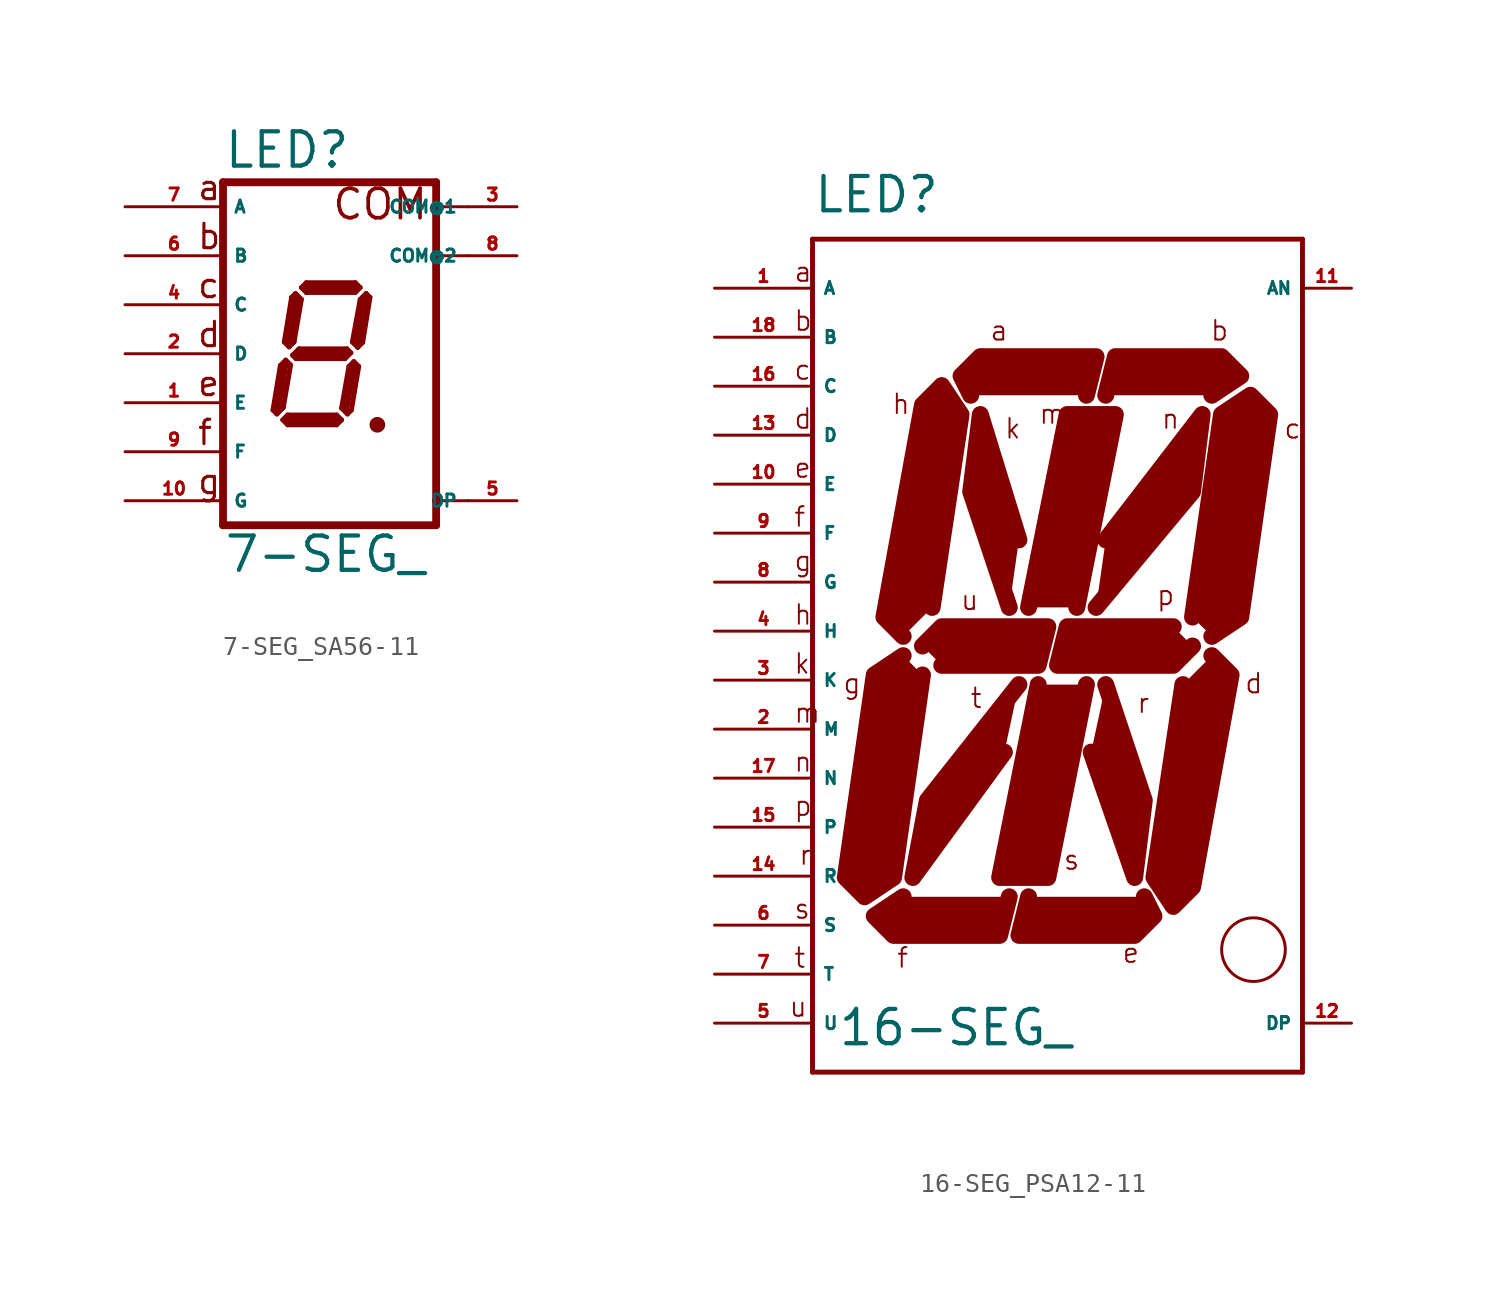
<source format=kicad_sym>
(kicad_symbol_lib
  (version 20220914)
  (generator Eagle2Kicad)
  (symbol "7-SEG_SA56-11"
    (property "Reference" "LED"
      (at -5.08 9.525 0)
      (effects (font (size 1.778 1.778) (thickness 0.22)) (justify left bottom)))
    (property "Value" "7-SEG_"
      (at -5.08 -11.43 0)
      (effects (font (size 1.778 1.778) (thickness 0.22)) (justify left bottom)))
    (polyline
      (pts (xy 2.794 -3.683) (xy 3.048 -3.683))
      (stroke (width 0.305) (type default))
      (fill (type none)))
    (polyline
      (pts (xy 2.337 3.124) (xy 2.032 2.819))
      (stroke (width 0.254) (type default))
      (fill (type none)))
    (polyline
      (pts (xy 2.032 2.819) (xy 1.626 0.61))
      (stroke (width 0.254) (type default))
      (fill (type none)))
    (polyline
      (pts (xy 1.626 0.61) (xy 1.905 0.33))
      (stroke (width 0.254) (type default))
      (fill (type none)))
    (polyline
      (pts (xy 1.905 0.33) (xy 2.159 0.584))
      (stroke (width 0.254) (type default))
      (fill (type none)))
    (polyline
      (pts (xy 2.159 0.584) (xy 2.54 2.921))
      (stroke (width 0.254) (type default))
      (fill (type none)))
    (polyline
      (pts (xy 2.54 2.921) (xy 2.337 3.124))
      (stroke (width 0.254) (type default))
      (fill (type none)))
    (polyline
      (pts (xy 2.032 3.429) (xy 1.778 3.175))
      (stroke (width 0.254) (type default))
      (fill (type none)))
    (polyline
      (pts (xy 1.778 3.175) (xy -0.762 3.175))
      (stroke (width 0.254) (type default))
      (fill (type none)))
    (polyline
      (pts (xy -0.762 3.175) (xy -1.016 3.429))
      (stroke (width 0.254) (type default))
      (fill (type none)))
    (polyline
      (pts (xy -1.016 3.429) (xy -0.762 3.683))
      (stroke (width 0.254) (type default))
      (fill (type none)))
    (polyline
      (pts (xy -0.762 3.683) (xy 1.778 3.683))
      (stroke (width 0.254) (type default))
      (fill (type none)))
    (polyline
      (pts (xy 1.778 3.683) (xy 2.032 3.429))
      (stroke (width 0.254) (type default))
      (fill (type none)))
    (polyline
      (pts (xy -1.321 3.124) (xy -1.016 2.819))
      (stroke (width 0.254) (type default))
      (fill (type none)))
    (polyline
      (pts (xy -1.016 2.819) (xy -1.397 0.61))
      (stroke (width 0.254) (type default))
      (fill (type none)))
    (polyline
      (pts (xy -1.397 0.61) (xy -1.651 0.356))
      (stroke (width 0.254) (type default))
      (fill (type none)))
    (polyline
      (pts (xy -1.651 0.356) (xy -1.905 0.61))
      (stroke (width 0.254) (type default))
      (fill (type none)))
    (polyline
      (pts (xy -1.905 0.61) (xy -1.524 2.921))
      (stroke (width 0.254) (type default))
      (fill (type none)))
    (polyline
      (pts (xy -1.524 2.921) (xy -1.321 3.124))
      (stroke (width 0.254) (type default))
      (fill (type none)))
    (polyline
      (pts (xy -1.473 -0.076) (xy -1.143 0.254))
      (stroke (width 0.254) (type default))
      (fill (type none)))
    (polyline
      (pts (xy -1.143 0.254) (xy 1.346 0.254))
      (stroke (width 0.254) (type default))
      (fill (type none)))
    (polyline
      (pts (xy 1.346 0.254) (xy 1.549 0.051))
      (stroke (width 0.254) (type default))
      (fill (type none)))
    (polyline
      (pts (xy 1.549 0.051) (xy 1.245 -0.254))
      (stroke (width 0.254) (type default))
      (fill (type none)))
    (polyline
      (pts (xy 1.245 -0.254) (xy -1.295 -0.254))
      (stroke (width 0.254) (type default))
      (fill (type none)))
    (polyline
      (pts (xy -1.295 -0.254) (xy -1.473 -0.076))
      (stroke (width 0.254) (type default))
      (fill (type none)))
    (polyline
      (pts (xy -1.829 -0.33) (xy -1.575 -0.584))
      (stroke (width 0.254) (type default))
      (fill (type none)))
    (polyline
      (pts (xy -2.286 -3.124) (xy -1.956 -2.794))
      (stroke (width 0.254) (type default))
      (fill (type none)))
    (polyline
      (pts (xy -1.956 -2.794) (xy -1.575 -0.584))
      (stroke (width 0.254) (type default))
      (fill (type none)))
    (polyline
      (pts (xy -1.829 -0.33) (xy -2.108 -0.61))
      (stroke (width 0.254) (type default))
      (fill (type none)))
    (polyline
      (pts (xy -2.108 -0.61) (xy -2.489 -2.921))
      (stroke (width 0.254) (type default))
      (fill (type none)))
    (polyline
      (pts (xy -2.489 -2.921) (xy -2.286 -3.124))
      (stroke (width 0.254) (type default))
      (fill (type none)))
    (polyline
      (pts (xy -1.981 -3.429) (xy -1.727 -3.175))
      (stroke (width 0.254) (type default))
      (fill (type none)))
    (polyline
      (pts (xy -1.727 -3.175) (xy 0.813 -3.175))
      (stroke (width 0.254) (type default))
      (fill (type none)))
    (polyline
      (pts (xy 0.813 -3.175) (xy 1.067 -3.429))
      (stroke (width 0.254) (type default))
      (fill (type none)))
    (polyline
      (pts (xy 1.067 -3.429) (xy 0.813 -3.683))
      (stroke (width 0.254) (type default))
      (fill (type none)))
    (polyline
      (pts (xy 0.813 -3.683) (xy -1.727 -3.683))
      (stroke (width 0.254) (type default))
      (fill (type none)))
    (polyline
      (pts (xy -1.727 -3.683) (xy -1.981 -3.429))
      (stroke (width 0.254) (type default))
      (fill (type none)))
    (polyline
      (pts (xy 1.702 -0.406) (xy 1.448 -0.66))
      (stroke (width 0.254) (type default))
      (fill (type none)))
    (polyline
      (pts (xy 1.448 -0.66) (xy 1.067 -2.819))
      (stroke (width 0.254) (type default))
      (fill (type none)))
    (polyline
      (pts (xy 1.067 -2.819) (xy 1.372 -3.124))
      (stroke (width 0.254) (type default))
      (fill (type none)))
    (polyline
      (pts (xy 1.372 -3.124) (xy 1.575 -2.921))
      (stroke (width 0.254) (type default))
      (fill (type none)))
    (polyline
      (pts (xy 1.575 -2.921) (xy 1.956 -0.66))
      (stroke (width 0.254) (type default))
      (fill (type none)))
    (polyline
      (pts (xy 1.956 -0.66) (xy 1.702 -0.406))
      (stroke (width 0.254) (type default))
      (fill (type none)))
    (polyline
      (pts (xy 2.286 2.794) (xy 1.905 0.635))
      (stroke (width 0.406) (type default))
      (fill (type none)))
    (polyline
      (pts (xy 1.778 3.429) (xy -0.762 3.429))
      (stroke (width 0.406) (type default))
      (fill (type none)))
    (polyline
      (pts (xy -1.27 2.794) (xy -1.651 0.635))
      (stroke (width 0.406) (type default))
      (fill (type none)))
    (polyline
      (pts (xy -1.27 0) (xy 1.27 0))
      (stroke (width 0.406) (type default))
      (fill (type none)))
    (polyline
      (pts (xy 1.651 -0.762) (xy 1.27 -2.794))
      (stroke (width 0.406) (type default))
      (fill (type none)))
    (polyline
      (pts (xy 0.762 -3.429) (xy -1.651 -3.429))
      (stroke (width 0.406) (type default))
      (fill (type none)))
    (polyline
      (pts (xy -2.286 -2.921) (xy -1.905 -0.635))
      (stroke (width 0.406) (type default))
      (fill (type none)))
    (polyline
      (pts (xy 5.969 8.89) (xy 5.969 7.62))
      (stroke (width 0.406) (type default))
      (fill (type none)))
    (polyline
      (pts (xy 5.969 7.62) (xy 5.969 5.08))
      (stroke (width 0.406) (type default))
      (fill (type none)))
    (polyline
      (pts (xy 5.969 5.08) (xy 5.969 -7.62))
      (stroke (width 0.406) (type default))
      (fill (type none)))
    (polyline
      (pts (xy 5.969 -7.62) (xy 5.969 -8.89))
      (stroke (width 0.406) (type default))
      (fill (type none)))
    (polyline
      (pts (xy -5.08 -8.89) (xy 5.969 -8.89))
      (stroke (width 0.406) (type default))
      (fill (type none)))
    (polyline
      (pts (xy -5.08 -8.89) (xy -5.08 8.89))
      (stroke (width 0.406) (type default))
      (fill (type none)))
    (polyline
      (pts (xy 5.969 8.89) (xy -5.08 8.89))
      (stroke (width 0.406) (type default))
      (fill (type none)))
    (polyline
      (pts (xy 7.62 7.62) (xy 5.969 7.62))
      (stroke (width 0.152) (type default))
      (fill (type none)))
    (polyline
      (pts (xy 7.62 5.08) (xy 5.969 5.08))
      (stroke (width 0.152) (type default))
      (fill (type none)))
    (polyline
      (pts (xy 7.62 -7.62) (xy 5.969 -7.62))
      (stroke (width 0.152) (type default))
      (fill (type none)))
    (text "a"
      (at -6.477 7.874 0)
      (effects (font (size 1.27 1.27) (thickness 0.16)) (justify left bottom)))
    (text "b"
      (at -6.477 5.334 0)
      (effects (font (size 1.27 1.27) (thickness 0.16)) (justify left bottom)))
    (text "c"
      (at -6.477 2.794 0)
      (effects (font (size 1.27 1.27) (thickness 0.16)) (justify left bottom)))
    (text "d"
      (at -6.477 0.254 0)
      (effects (font (size 1.27 1.27) (thickness 0.16)) (justify left bottom)))
    (text "e"
      (at -6.477 -2.286 0)
      (effects (font (size 1.27 1.27) (thickness 0.16)) (justify left bottom)))
    (text "f"
      (at -6.477 -4.826 0)
      (effects (font (size 1.27 1.27) (thickness 0.16)) (justify left bottom)))
    (text "g"
      (at -6.477 -7.366 0)
      (effects (font (size 1.27 1.27) (thickness 0.16)) (justify left bottom)))
    (text "COM"
      (at 0.508 6.858 0)
      (effects (font (size 1.524 1.524) (thickness 0.19)) (justify left bottom)))
    (circle
      (center 2.921 -3.683)
      (radius 0.254)
      (stroke (width 0.305) (type default))
      (fill (type none)))
    (pin passive line
      (at 10.16 -7.62 180)
      (length 2.54)
      (name "DP" (effects (font (size 0.635 0.635) (thickness 0.08)) (justify left bottom)))
      (number "5" (effects (font (size 0.635 0.635) (thickness 0.08)) (justify left bottom))))
    (pin passive line
      (at -10.16 -5.08 0)
      (length 5.08)
      (name "F" (effects (font (size 0.635 0.635) (thickness 0.08)) (justify left bottom)))
      (number "9" (effects (font (size 0.635 0.635) (thickness 0.08)) (justify left bottom))))
    (pin passive line
      (at -10.16 0 0)
      (length 5.08)
      (name "D" (effects (font (size 0.635 0.635) (thickness 0.08)) (justify left bottom)))
      (number "2" (effects (font (size 0.635 0.635) (thickness 0.08)) (justify left bottom))))
    (pin passive line
      (at -10.16 5.08 0)
      (length 5.08)
      (name "B" (effects (font (size 0.635 0.635) (thickness 0.08)) (justify left bottom)))
      (number "6" (effects (font (size 0.635 0.635) (thickness 0.08)) (justify left bottom))))
    (pin passive line
      (at -10.16 7.62 0)
      (length 5.08)
      (name "A" (effects (font (size 0.635 0.635) (thickness 0.08)) (justify left bottom)))
      (number "7" (effects (font (size 0.635 0.635) (thickness 0.08)) (justify left bottom))))
    (pin passive line
      (at 10.16 7.62 180)
      (length 2.54)
      (name "COM@1" (effects (font (size 0.635 0.635) (thickness 0.08)) (justify left bottom)))
      (number "3" (effects (font (size 0.635 0.635) (thickness 0.08)) (justify left bottom))))
    (pin passive line
      (at -10.16 2.54 0)
      (length 5.08)
      (name "C" (effects (font (size 0.635 0.635) (thickness 0.08)) (justify left bottom)))
      (number "4" (effects (font (size 0.635 0.635) (thickness 0.08)) (justify left bottom))))
    (pin passive line
      (at -10.16 -2.54 0)
      (length 5.08)
      (name "E" (effects (font (size 0.635 0.635) (thickness 0.08)) (justify left bottom)))
      (number "1" (effects (font (size 0.635 0.635) (thickness 0.08)) (justify left bottom))))
    (pin passive line
      (at -10.16 -7.62 0)
      (length 5.08)
      (name "G" (effects (font (size 0.635 0.635) (thickness 0.08)) (justify left bottom)))
      (number "10" (effects (font (size 0.635 0.635) (thickness 0.08)) (justify left bottom))))
    (pin passive line
      (at 10.16 5.08 180)
      (length 2.54)
      (name "COM@2" (effects (font (size 0.635 0.635) (thickness 0.08)) (justify left bottom)))
      (number "8" (effects (font (size 0.635 0.635) (thickness 0.08)) (justify left bottom)))))
  (symbol "16-SEG_PSA12-11"
    (property "Reference" "LED"
      (at -12.7 19.05 0)
      (effects (font (size 1.778 1.778) (thickness 0.22)) (justify left bottom)))
    (property "Value" "16-SEG_"
      (at -11.43 -24.13 0)
      (effects (font (size 1.778 1.778) (thickness 0.22)) (justify left bottom)))
    (polyline
      (pts (xy -4.5 9.69) (xy -5 10.69) (xy -4 11.69) (xy 2 11.69) (xy 1.5 9.69))
      (stroke (width 0.878) (type default))
      (fill (type outline)))
    (polyline
      (pts (xy 7 -1.81) (xy 8.5 8.69) (xy 10 9.69) (xy 11 8.69) (xy 9.5 -1.81) (xy 8 -2.81))
      (stroke (width 0.878) (type default))
      (fill (type outline)))
    (polyline
      (pts (xy -6.5 -1.31) (xy -5 8.69) (xy -6 10.19) (xy -7 9.19) (xy -9 -1.81) (xy -8 -2.81))
      (stroke (width 0.878) (type default))
      (fill (type outline)))
    (polyline
      (pts (xy -7 -3.31) (xy -6 -2.31) (xy -0.5 -2.31) (xy -1 -4.31) (xy -6 -4.31))
      (stroke (width 0.878) (type default))
      (fill (type outline)))
    (polyline
      (pts (xy 2.5 9.69) (xy 3 11.69) (xy 8.5 11.69) (xy 9.5 10.69) (xy 8 9.69))
      (stroke (width 0.878) (type default))
      (fill (type outline)))
    (polyline
      (pts (xy 7 -3.31) (xy 6 -4.31) (xy 0 -4.31) (xy 0.5 -2.31) (xy 6 -2.31))
      (stroke (width 0.878) (type default))
      (fill (type outline)))
    (polyline
      (pts (xy 1 -1.31) (xy 3 8.69) (xy 0.5 8.69) (xy -1.5 -1.31))
      (stroke (width 0.878) (type default))
      (fill (type outline)))
    (polyline
      (pts (xy -2 2.19) (xy -4 8.69) (xy -4.5 4.69) (xy -2.5 -1.31))
      (stroke (width 0.878) (type default))
      (fill (type outline)))
    (polyline
      (pts (xy 2 -1.31) (xy 7 4.69) (xy 7.5 8.69) (xy 2.5 2.19))
      (stroke (width 0.878) (type default))
      (fill (type outline)))
    (polyline
      (pts (xy 4.5 -16.31) (xy 5 -17.31) (xy 4 -18.31) (xy -2 -18.31) (xy -1.5 -16.31))
      (stroke (width 0.878) (type default))
      (fill (type outline)))
    (polyline
      (pts (xy -7 -4.81) (xy -8.5 -15.31) (xy -10 -16.31) (xy -11 -15.31) (xy -9.5 -4.81) (xy -8 -3.81))
      (stroke (width 0.878) (type default))
      (fill (type outline)))
    (polyline
      (pts (xy 6.5 -5.31) (xy 5 -15.31) (xy 6 -16.81) (xy 7 -15.81) (xy 9 -4.81) (xy 8 -3.81))
      (stroke (width 0.878) (type default))
      (fill (type outline)))
    (polyline
      (pts (xy -2.5 -16.31) (xy -3 -18.31) (xy -8.5 -18.31) (xy -9.5 -17.31) (xy -8 -16.31))
      (stroke (width 0.878) (type default))
      (fill (type outline)))
    (polyline
      (pts (xy -1 -5.31) (xy -3 -15.31) (xy -0.5 -15.31) (xy 1.5 -5.31))
      (stroke (width 0.878) (type default))
      (fill (type outline)))
    (polyline
      (pts (xy 1.746 -8.81) (xy 4 -15.31) (xy 4.5 -11.31) (xy 2.5 -5.31))
      (stroke (width 0.878) (type default))
      (fill (type outline)))
    (polyline
      (pts (xy -2 -5.31) (xy -6.746 -11.31) (xy -7.5 -15.31) (xy -2.754 -8.81))
      (stroke (width 0.878) (type default))
      (fill (type outline)))
    (polyline
      (pts (xy -12.7 17.78) (xy 12.7 17.78))
      (stroke (width 0.254) (type default))
      (fill (type none)))
    (polyline
      (pts (xy 12.7 17.78) (xy 12.7 -25.4))
      (stroke (width 0.254) (type default))
      (fill (type none)))
    (polyline
      (pts (xy 12.7 -25.4) (xy -12.7 -25.4))
      (stroke (width 0.254) (type default))
      (fill (type none)))
    (polyline
      (pts (xy -12.7 -25.4) (xy -12.7 17.78))
      (stroke (width 0.254) (type default))
      (fill (type none)))
    (text "a"
      (at -13.716 15.494 0)
      (effects (font (size 1.016 1.016) (thickness 0.10)) (justify left bottom)))
    (text "b"
      (at -13.716 12.954 0)
      (effects (font (size 1.016 1.016) (thickness 0.10)) (justify left bottom)))
    (text "c"
      (at -13.716 10.414 0)
      (effects (font (size 1.016 1.016) (thickness 0.10)) (justify left bottom)))
    (text "d"
      (at -13.716 7.874 0)
      (effects (font (size 1.016 1.016) (thickness 0.10)) (justify left bottom)))
    (text "e"
      (at -13.716 5.334 0)
      (effects (font (size 1.016 1.016) (thickness 0.10)) (justify left bottom)))
    (text "f"
      (at -13.716 2.794 0)
      (effects (font (size 1.016 1.016) (thickness 0.10)) (justify left bottom)))
    (text "g"
      (at -13.716 0.508 0)
      (effects (font (size 1.016 1.016) (thickness 0.10)) (justify left bottom)))
    (text "h"
      (at -13.716 -2.286 0)
      (effects (font (size 1.016 1.016) (thickness 0.10)) (justify left bottom)))
    (text "k"
      (at -13.716 -4.826 0)
      (effects (font (size 1.016 1.016) (thickness 0.10)) (justify left bottom)))
    (text "m"
      (at -13.716 -7.366 0)
      (effects (font (size 1.016 1.016) (thickness 0.10)) (justify left bottom)))
    (text "n"
      (at -13.716 -9.906 0)
      (effects (font (size 1.016 1.016) (thickness 0.10)) (justify left bottom)))
    (text "p"
      (at -13.716 -12.192 0)
      (effects (font (size 1.016 1.016) (thickness 0.10)) (justify left bottom)))
    (text "r"
      (at -13.462 -14.732 0)
      (effects (font (size 1.016 1.016) (thickness 0.10)) (justify left bottom)))
    (text "s"
      (at -13.716 -17.526 0)
      (effects (font (size 1.016 1.016) (thickness 0.10)) (justify left bottom)))
    (text "t"
      (at -13.716 -20.066 0)
      (effects (font (size 1.016 1.016) (thickness 0.10)) (justify left bottom)))
    (text "u"
      (at -13.97 -22.606 0)
      (effects (font (size 1.016 1.016) (thickness 0.10)) (justify left bottom)))
    (text "a"
      (at -3.556 12.446 0)
      (effects (font (size 1.016 1.016) (thickness 0.10)) (justify left bottom)))
    (text "b"
      (at 7.874 12.446 0)
      (effects (font (size 1.016 1.016) (thickness 0.10)) (justify left bottom)))
    (text "c"
      (at 11.684 7.366 0)
      (effects (font (size 1.016 1.016) (thickness 0.10)) (justify left bottom)))
    (text "d"
      (at 9.652 -5.842 0)
      (effects (font (size 1.016 1.016) (thickness 0.10)) (justify left bottom)))
    (text "e"
      (at 3.302 -19.812 0)
      (effects (font (size 1.016 1.016) (thickness 0.10)) (justify left bottom)))
    (text "f"
      (at -8.382 -20.066 0)
      (effects (font (size 1.016 1.016) (thickness 0.10)) (justify left bottom)))
    (text "g"
      (at -11.176 -5.842 0)
      (effects (font (size 1.016 1.016) (thickness 0.10)) (justify left bottom)))
    (text "h"
      (at -8.636 8.636 0)
      (effects (font (size 1.016 1.016) (thickness 0.10)) (justify left bottom)))
    (text "k"
      (at -2.794 7.366 0)
      (effects (font (size 1.016 1.016) (thickness 0.10)) (justify left bottom)))
    (text "m"
      (at -1.016 8.128 0)
      (effects (font (size 1.016 1.016) (thickness 0.10)) (justify left bottom)))
    (text "n"
      (at 5.334 7.874 0)
      (effects (font (size 1.016 1.016) (thickness 0.10)) (justify left bottom)))
    (text "p"
      (at 5.08 -1.27 0)
      (effects (font (size 1.016 1.016) (thickness 0.10)) (justify left bottom)))
    (text "r"
      (at 4.064 -6.858 0)
      (effects (font (size 1.016 1.016) (thickness 0.10)) (justify left bottom)))
    (text "s"
      (at 0.254 -14.986 0)
      (effects (font (size 1.016 1.016) (thickness 0.10)) (justify left bottom)))
    (text "t"
      (at -4.572 -6.604 0)
      (effects (font (size 1.016 1.016) (thickness 0.10)) (justify left bottom)))
    (text "u"
      (at -5.08 -1.524 0)
      (effects (font (size 1.016 1.016) (thickness 0.10)) (justify left bottom)))
    (circle
      (center 10.16 -19.05)
      (radius 1.65)
      (stroke (width 0) (type default))
      (fill (type none)))
    (pin passive line
      (at -17.78 15.24 0)
      (length 5.08)
      (name "A" (effects (font (size 0.635 0.635) (thickness 0.08)) (justify left bottom)))
      (number "1" (effects (font (size 0.635 0.635) (thickness 0.08)) (justify left bottom))))
    (pin passive line
      (at -17.78 12.7 0)
      (length 5.08)
      (name "B" (effects (font (size 0.635 0.635) (thickness 0.08)) (justify left bottom)))
      (number "18" (effects (font (size 0.635 0.635) (thickness 0.08)) (justify left bottom))))
    (pin passive line
      (at -17.78 10.16 0)
      (length 5.08)
      (name "C" (effects (font (size 0.635 0.635) (thickness 0.08)) (justify left bottom)))
      (number "16" (effects (font (size 0.635 0.635) (thickness 0.08)) (justify left bottom))))
    (pin passive line
      (at -17.78 7.62 0)
      (length 5.08)
      (name "D" (effects (font (size 0.635 0.635) (thickness 0.08)) (justify left bottom)))
      (number "13" (effects (font (size 0.635 0.635) (thickness 0.08)) (justify left bottom))))
    (pin passive line
      (at -17.78 5.08 0)
      (length 5.08)
      (name "E" (effects (font (size 0.635 0.635) (thickness 0.08)) (justify left bottom)))
      (number "10" (effects (font (size 0.635 0.635) (thickness 0.08)) (justify left bottom))))
    (pin passive line
      (at -17.78 2.54 0)
      (length 5.08)
      (name "F" (effects (font (size 0.635 0.635) (thickness 0.08)) (justify left bottom)))
      (number "9" (effects (font (size 0.635 0.635) (thickness 0.08)) (justify left bottom))))
    (pin passive line
      (at -17.78 0 0)
      (length 5.08)
      (name "G" (effects (font (size 0.635 0.635) (thickness 0.08)) (justify left bottom)))
      (number "8" (effects (font (size 0.635 0.635) (thickness 0.08)) (justify left bottom))))
    (pin passive line
      (at -17.78 -2.54 0)
      (length 5.08)
      (name "H" (effects (font (size 0.635 0.635) (thickness 0.08)) (justify left bottom)))
      (number "4" (effects (font (size 0.635 0.635) (thickness 0.08)) (justify left bottom))))
    (pin passive line
      (at -17.78 -5.08 0)
      (length 5.08)
      (name "K" (effects (font (size 0.635 0.635) (thickness 0.08)) (justify left bottom)))
      (number "3" (effects (font (size 0.635 0.635) (thickness 0.08)) (justify left bottom))))
    (pin passive line
      (at -17.78 -7.62 0)
      (length 5.08)
      (name "M" (effects (font (size 0.635 0.635) (thickness 0.08)) (justify left bottom)))
      (number "2" (effects (font (size 0.635 0.635) (thickness 0.08)) (justify left bottom))))
    (pin passive line
      (at -17.78 -10.16 0)
      (length 5.08)
      (name "N" (effects (font (size 0.635 0.635) (thickness 0.08)) (justify left bottom)))
      (number "17" (effects (font (size 0.635 0.635) (thickness 0.08)) (justify left bottom))))
    (pin passive line
      (at -17.78 -12.7 0)
      (length 5.08)
      (name "P" (effects (font (size 0.635 0.635) (thickness 0.08)) (justify left bottom)))
      (number "15" (effects (font (size 0.635 0.635) (thickness 0.08)) (justify left bottom))))
    (pin passive line
      (at -17.78 -15.24 0)
      (length 5.08)
      (name "R" (effects (font (size 0.635 0.635) (thickness 0.08)) (justify left bottom)))
      (number "14" (effects (font (size 0.635 0.635) (thickness 0.08)) (justify left bottom))))
    (pin passive line
      (at -17.78 -17.78 0)
      (length 5.08)
      (name "S" (effects (font (size 0.635 0.635) (thickness 0.08)) (justify left bottom)))
      (number "6" (effects (font (size 0.635 0.635) (thickness 0.08)) (justify left bottom))))
    (pin passive line
      (at -17.78 -20.32 0)
      (length 5.08)
      (name "T" (effects (font (size 0.635 0.635) (thickness 0.08)) (justify left bottom)))
      (number "7" (effects (font (size 0.635 0.635) (thickness 0.08)) (justify left bottom))))
    (pin passive line
      (at -17.78 -22.86 0)
      (length 5.08)
      (name "U" (effects (font (size 0.635 0.635) (thickness 0.08)) (justify left bottom)))
      (number "5" (effects (font (size 0.635 0.635) (thickness 0.08)) (justify left bottom))))
    (pin passive line
      (at 15.24 -22.86 180)
      (length 2.54)
      (name "DP" (effects (font (size 0.635 0.635) (thickness 0.08)) (justify left bottom)))
      (number "12" (effects (font (size 0.635 0.635) (thickness 0.08)) (justify left bottom))))
    (pin passive line
      (at 15.24 15.24 180)
      (length 2.54)
      (name "AN" (effects (font (size 0.635 0.635) (thickness 0.08)) (justify left bottom)))
      (number "11" (effects (font (size 0.635 0.635) (thickness 0.08)) (justify left bottom))))))
</source>
